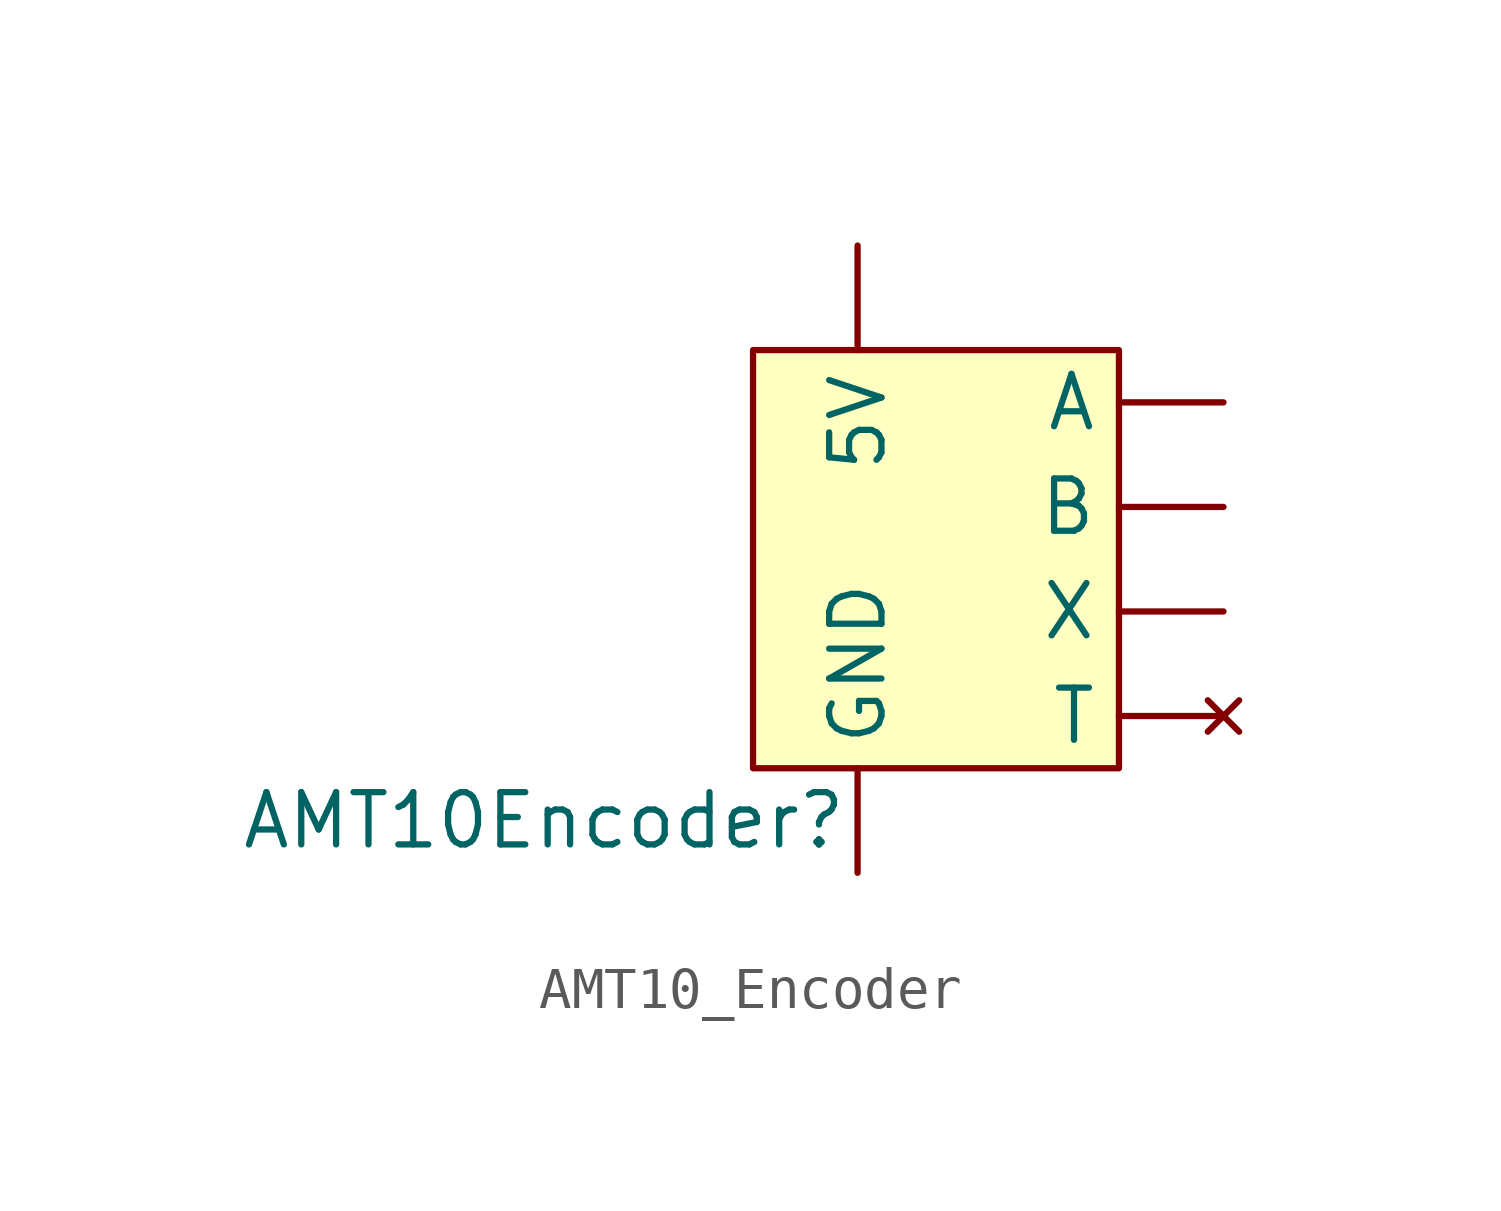
<source format=kicad_sym>
(kicad_symbol_lib
  (version 20220914)
  (generator kicad_symbol_editor)
  (symbol "AMT10_Encoder"
    (property "Reference" "AMT10Encoder"
      (at -24.13 -1.27 0)
      (effects (font (size 1.27 1.27))))
    (property "Value" ""
      (at -22.86 -2.54 0)
      (effects (font (size 1.27 1.27))))
    (symbol "AMT10_Encoder_1_1"
      (rectangle (start -19.05 10.16) (end -10.16 0) (stroke (width 0) (type default)) (fill (type background)))
      (pin power_in line (at -16.51 12.7 270) (length 2.54) (name "5V" (effects (font (size 1.27 1.27)))) (number "" (effects (font (size 1.27 1.27)))))
      (pin input line (at -7.62 8.89 180) (length 2.54) (name "A" (effects (font (size 1.27 1.27)))) (number "" (effects (font (size 1.27 1.27)))))
      (pin input line (at -7.62 6.35 180) (length 2.54) (name "B" (effects (font (size 1.27 1.27)))) (number "" (effects (font (size 1.27 1.27)))))
      (pin power_in line (at -16.51 -2.54 90) (length 2.54) (name "GND" (effects (font (size 1.27 1.27)))) (number "" (effects (font (size 1.27 1.27)))))
      (pin no_connect line (at -7.62 1.27 180) (length 2.54) (name "T" (effects (font (size 1.27 1.27)))) (number "" (effects (font (size 1.27 1.27)))))
      (pin input line (at -7.62 3.81 180) (length 2.54) (name "X" (effects (font (size 1.27 1.27)))) (number "" (effects (font (size 1.27 1.27))))))))
</source>
